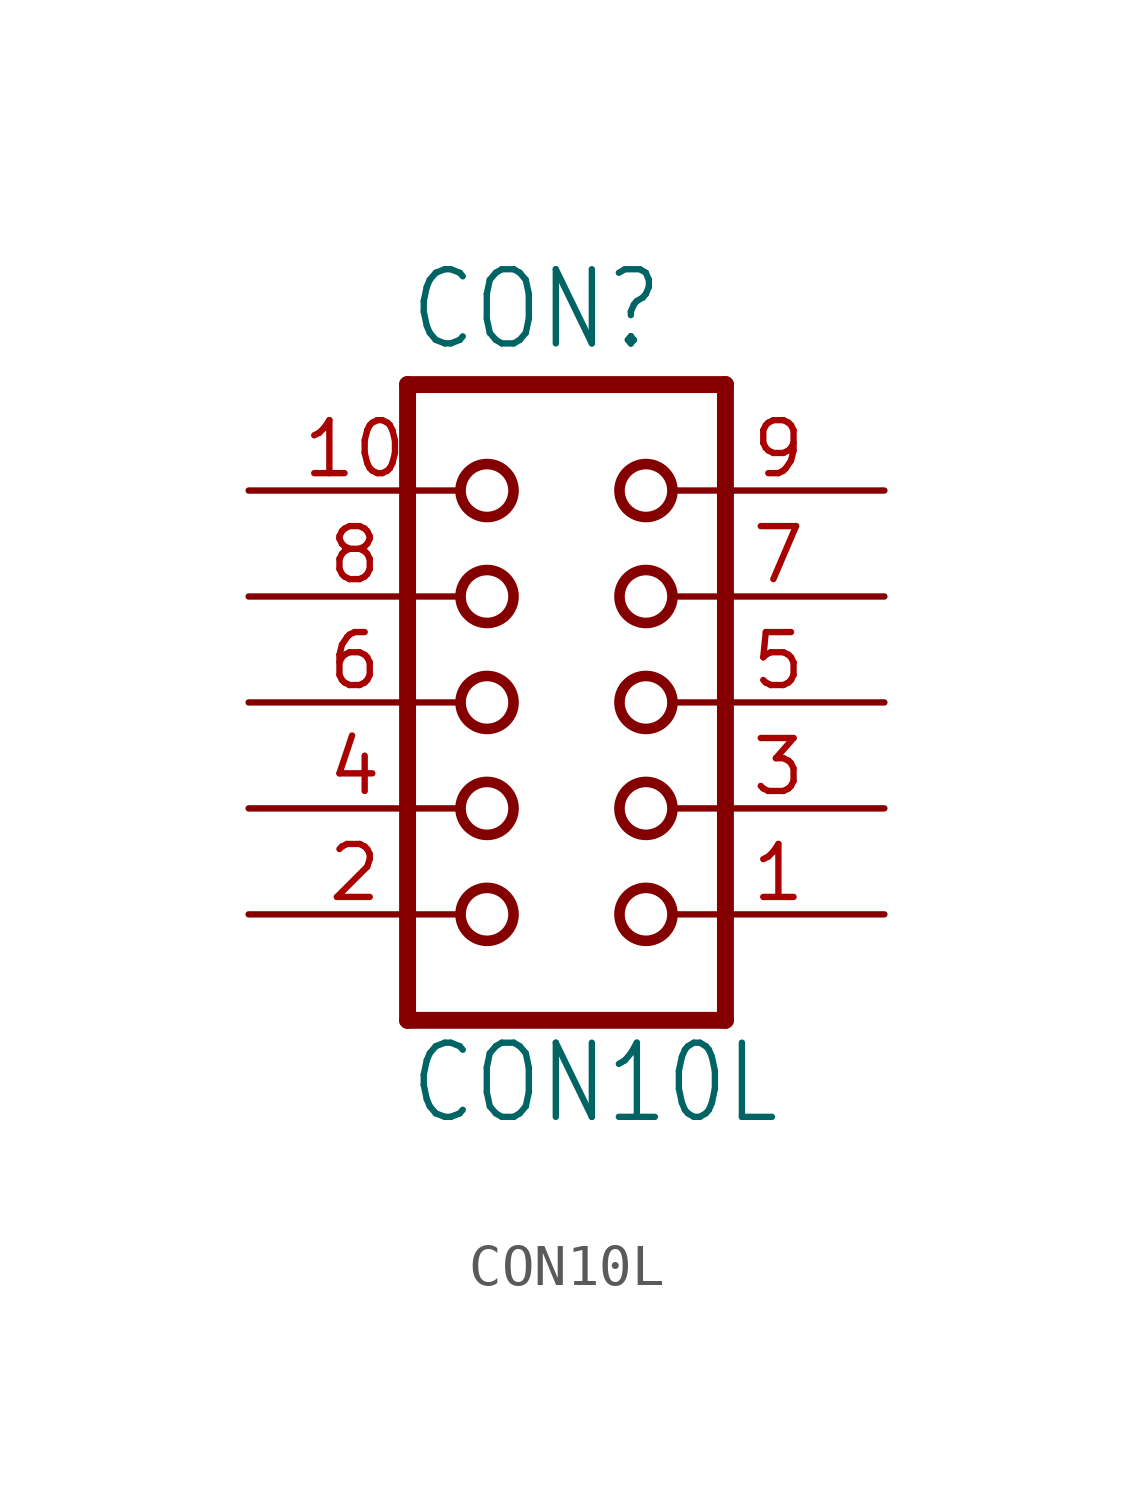
<source format=kicad_sym>
(kicad_symbol_lib
  (version 20211014)
  (generator kicad_symbol_editor)
  (symbol "CON10L"
    (property "Reference" "CON"
      (at -3.81 8.382 0)
      (effects (font (size 1.778 1.511)) (justify left bottom)))
    (property "Value" "CON10L"
      (at -3.81 -10.16 0)
      (effects (font (size 1.778 1.511)) (justify left bottom)))
    (property "ki_locked" ""
      (at 0 0 0)
      (effects (font (size 1.27 1.27))))
    (symbol "CON10L_1_0"
      (circle (center -1.905 -5.08) (radius 0.635) (stroke (width 0.254) (type default) (color 0 0 0 0)) (fill (type none)))
      (circle (center -1.905 -2.54) (radius 0.635) (stroke (width 0.254) (type default) (color 0 0 0 0)) (fill (type none)))
      (circle (center -1.905 0) (radius 0.635) (stroke (width 0.254) (type default) (color 0 0 0 0)) (fill (type none)))
      (circle (center -1.905 2.54) (radius 0.635) (stroke (width 0.254) (type default) (color 0 0 0 0)) (fill (type none)))
      (circle (center -1.905 5.08) (radius 0.635) (stroke (width 0.254) (type default) (color 0 0 0 0)) (fill (type none)))
      (polyline (pts (xy -3.81 7.62) (xy -3.81 -7.62)) (stroke (width 0.406) (type default) (color 0 0 0 0)) (fill (type none)))
      (polyline (pts (xy -3.81 7.62) (xy 3.81 7.62)) (stroke (width 0.406) (type default) (color 0 0 0 0)) (fill (type none)))
      (polyline (pts (xy 3.81 -7.62) (xy -3.81 -7.62)) (stroke (width 0.406) (type default) (color 0 0 0 0)) (fill (type none)))
      (polyline (pts (xy 3.81 -7.62) (xy 3.81 7.62)) (stroke (width 0.406) (type default) (color 0 0 0 0)) (fill (type none)))
      (circle (center 1.905 -5.08) (radius 0.635) (stroke (width 0.254) (type default) (color 0 0 0 0)) (fill (type none)))
      (circle (center 1.905 -2.54) (radius 0.635) (stroke (width 0.254) (type default) (color 0 0 0 0)) (fill (type none)))
      (circle (center 1.905 0) (radius 0.635) (stroke (width 0.254) (type default) (color 0 0 0 0)) (fill (type none)))
      (circle (center 1.905 2.54) (radius 0.635) (stroke (width 0.254) (type default) (color 0 0 0 0)) (fill (type none)))
      (circle (center 1.905 5.08) (radius 0.635) (stroke (width 0.254) (type default) (color 0 0 0 0)) (fill (type none)))
      (pin passive line (at 7.62 -5.08 180) (length 5.08) (name "1" (effects (font (size 0 0)))) (number "1" (effects (font (size 1.27 1.27)))))
      (pin passive line (at -7.62 5.08 0) (length 5.08) (name "10" (effects (font (size 0 0)))) (number "10" (effects (font (size 1.27 1.27)))))
      (pin passive line (at -7.62 -5.08 0) (length 5.08) (name "2" (effects (font (size 0 0)))) (number "2" (effects (font (size 1.27 1.27)))))
      (pin passive line (at 7.62 -2.54 180) (length 5.08) (name "3" (effects (font (size 0 0)))) (number "3" (effects (font (size 1.27 1.27)))))
      (pin passive line (at -7.62 -2.54 0) (length 5.08) (name "4" (effects (font (size 0 0)))) (number "4" (effects (font (size 1.27 1.27)))))
      (pin passive line (at 7.62 0 180) (length 5.08) (name "5" (effects (font (size 0 0)))) (number "5" (effects (font (size 1.27 1.27)))))
      (pin passive line (at -7.62 0 0) (length 5.08) (name "6" (effects (font (size 0 0)))) (number "6" (effects (font (size 1.27 1.27)))))
      (pin passive line (at 7.62 2.54 180) (length 5.08) (name "7" (effects (font (size 0 0)))) (number "7" (effects (font (size 1.27 1.27)))))
      (pin passive line (at -7.62 2.54 0) (length 5.08) (name "8" (effects (font (size 0 0)))) (number "8" (effects (font (size 1.27 1.27)))))
      (pin passive line (at 7.62 5.08 180) (length 5.08) (name "9" (effects (font (size 0 0)))) (number "9" (effects (font (size 1.27 1.27))))))))
</source>
